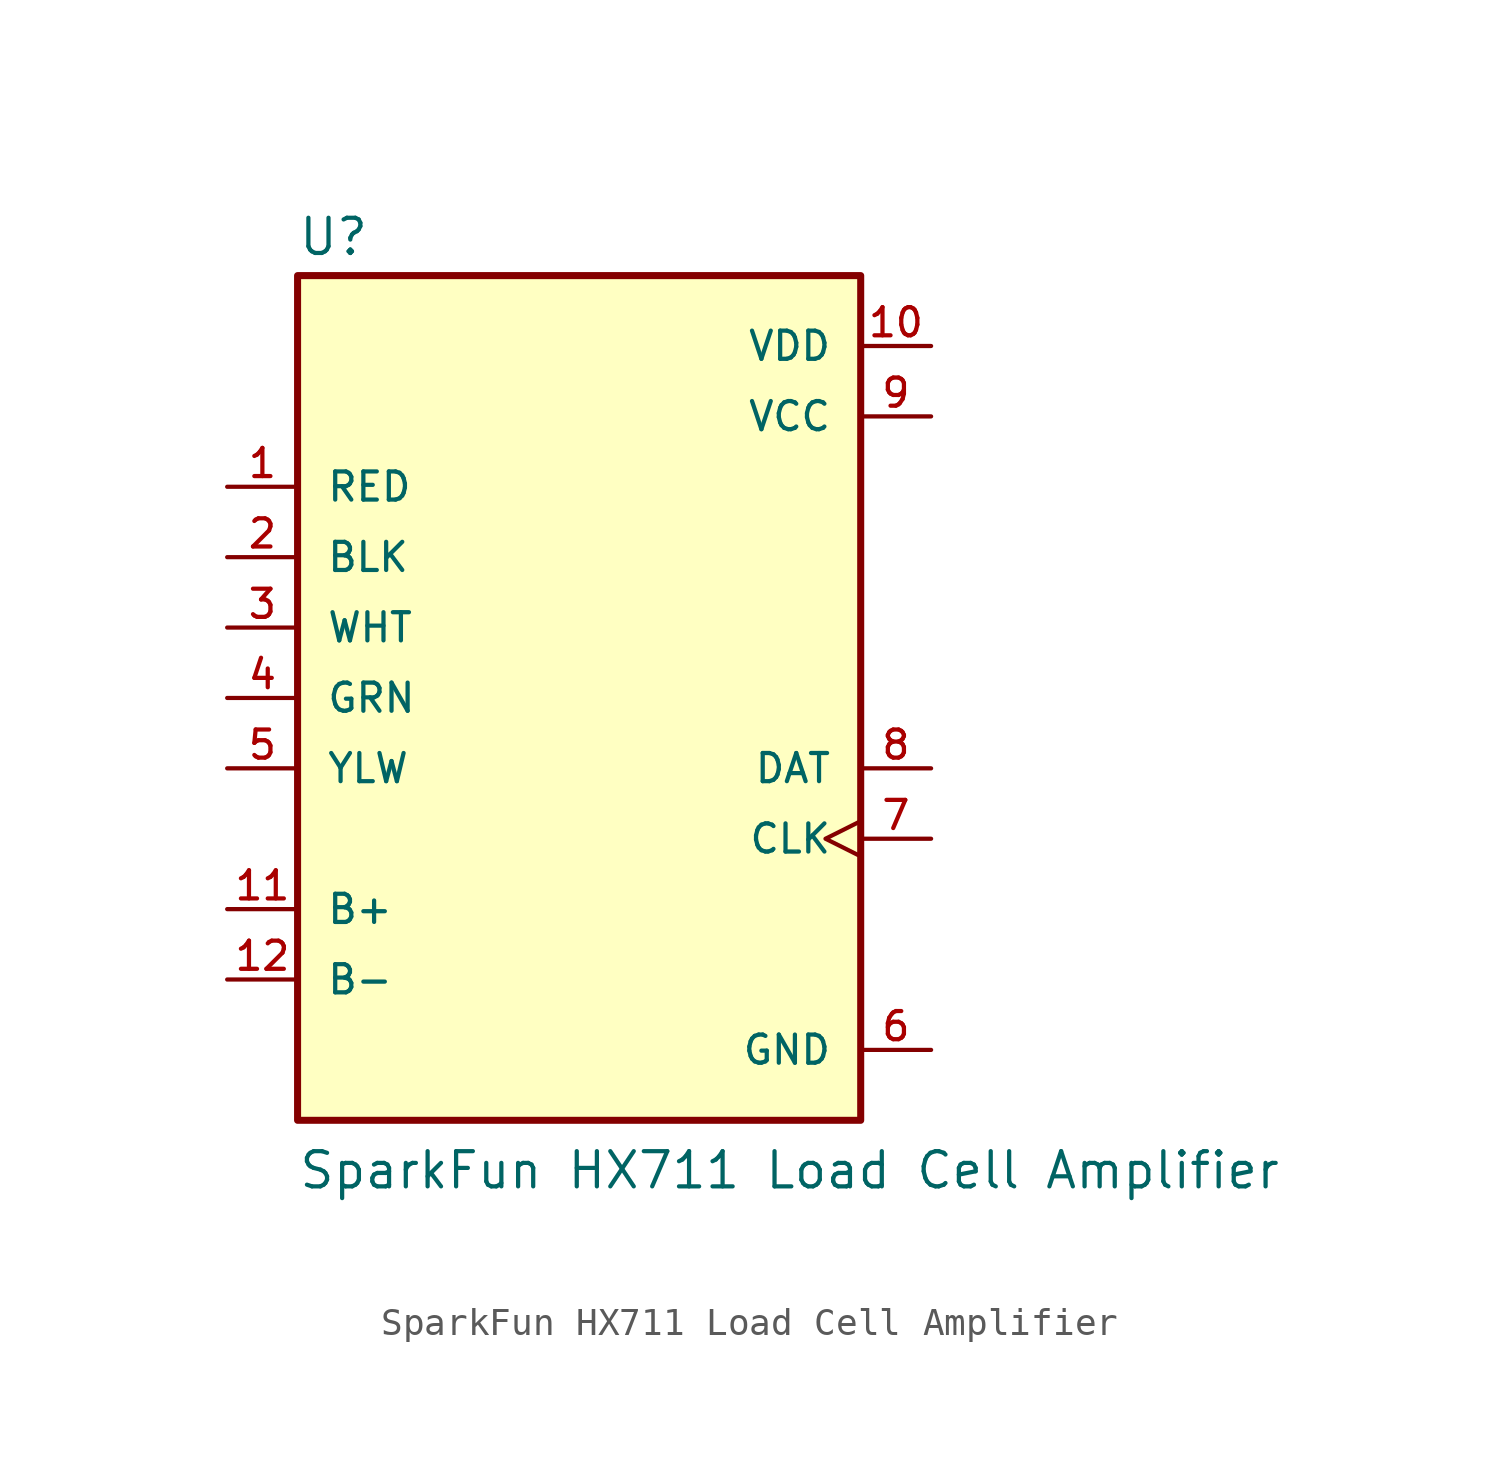
<source format=kicad_sym>
(kicad_symbol_lib
  (version 20231120)
  (generator "kicad_symbol_editor")
  (generator_version "8.0")
  (symbol "SparkFun HX711 Load Cell Amplifier"
    (pin_names
      (offset 1.016))
    (property "Reference" "U"
      (at -10.172 15.894 0)
      (effects (font (size 1.27 1.27)) (justify left bottom)))
    (property "Value" "SparkFun HX711 Load Cell Amplifier"
      (at -10.164 -17.787 0)
      (effects (font (size 1.27 1.27)) (justify left bottom)))
    (symbol "SparkFun HX711 Load Cell Amplifier_0_0"
      (rectangle (start -10.16 -15.24) (end 10.16 15.24) (stroke (width 0.254) (type default)) (fill (type background)))
      (pin bidirectional line (at -12.7 7.62 0) (length 2.54) (name "RED" (effects (font (size 1.016 1.016)))) (number "1" (effects (font (size 1.016 1.016)))))
      (pin power_in line (at 12.7 12.7 180) (length 2.54) (name "VDD" (effects (font (size 1.016 1.016)))) (number "10" (effects (font (size 1.016 1.016)))))
      (pin input line (at -12.7 -7.62 0) (length 2.54) (name "B+" (effects (font (size 1.016 1.016)))) (number "11" (effects (font (size 1.016 1.016)))))
      (pin input line (at -12.7 -10.16 0) (length 2.54) (name "B-" (effects (font (size 1.016 1.016)))) (number "12" (effects (font (size 1.016 1.016)))))
      (pin bidirectional line (at -12.7 5.08 0) (length 2.54) (name "BLK" (effects (font (size 1.016 1.016)))) (number "2" (effects (font (size 1.016 1.016)))))
      (pin input line (at -12.7 2.54 0) (length 2.54) (name "WHT" (effects (font (size 1.016 1.016)))) (number "3" (effects (font (size 1.016 1.016)))))
      (pin input line (at -12.7 0 0) (length 2.54) (name "GRN" (effects (font (size 1.016 1.016)))) (number "4" (effects (font (size 1.016 1.016)))))
      (pin bidirectional line (at -12.7 -2.54 0) (length 2.54) (name "YLW" (effects (font (size 1.016 1.016)))) (number "5" (effects (font (size 1.016 1.016)))))
      (pin power_in line (at 12.7 -12.7 180) (length 2.54) (name "GND" (effects (font (size 1.016 1.016)))) (number "6" (effects (font (size 1.016 1.016)))))
      (pin input clock (at 12.7 -5.08 180) (length 2.54) (name "CLK" (effects (font (size 1.016 1.016)))) (number "7" (effects (font (size 1.016 1.016)))))
      (pin output line (at 12.7 -2.54 180) (length 2.54) (name "DAT" (effects (font (size 1.016 1.016)))) (number "8" (effects (font (size 1.016 1.016)))))
      (pin power_in line (at 12.7 10.16 180) (length 2.54) (name "VCC" (effects (font (size 1.016 1.016)))) (number "9" (effects (font (size 1.016 1.016))))))))
</source>
